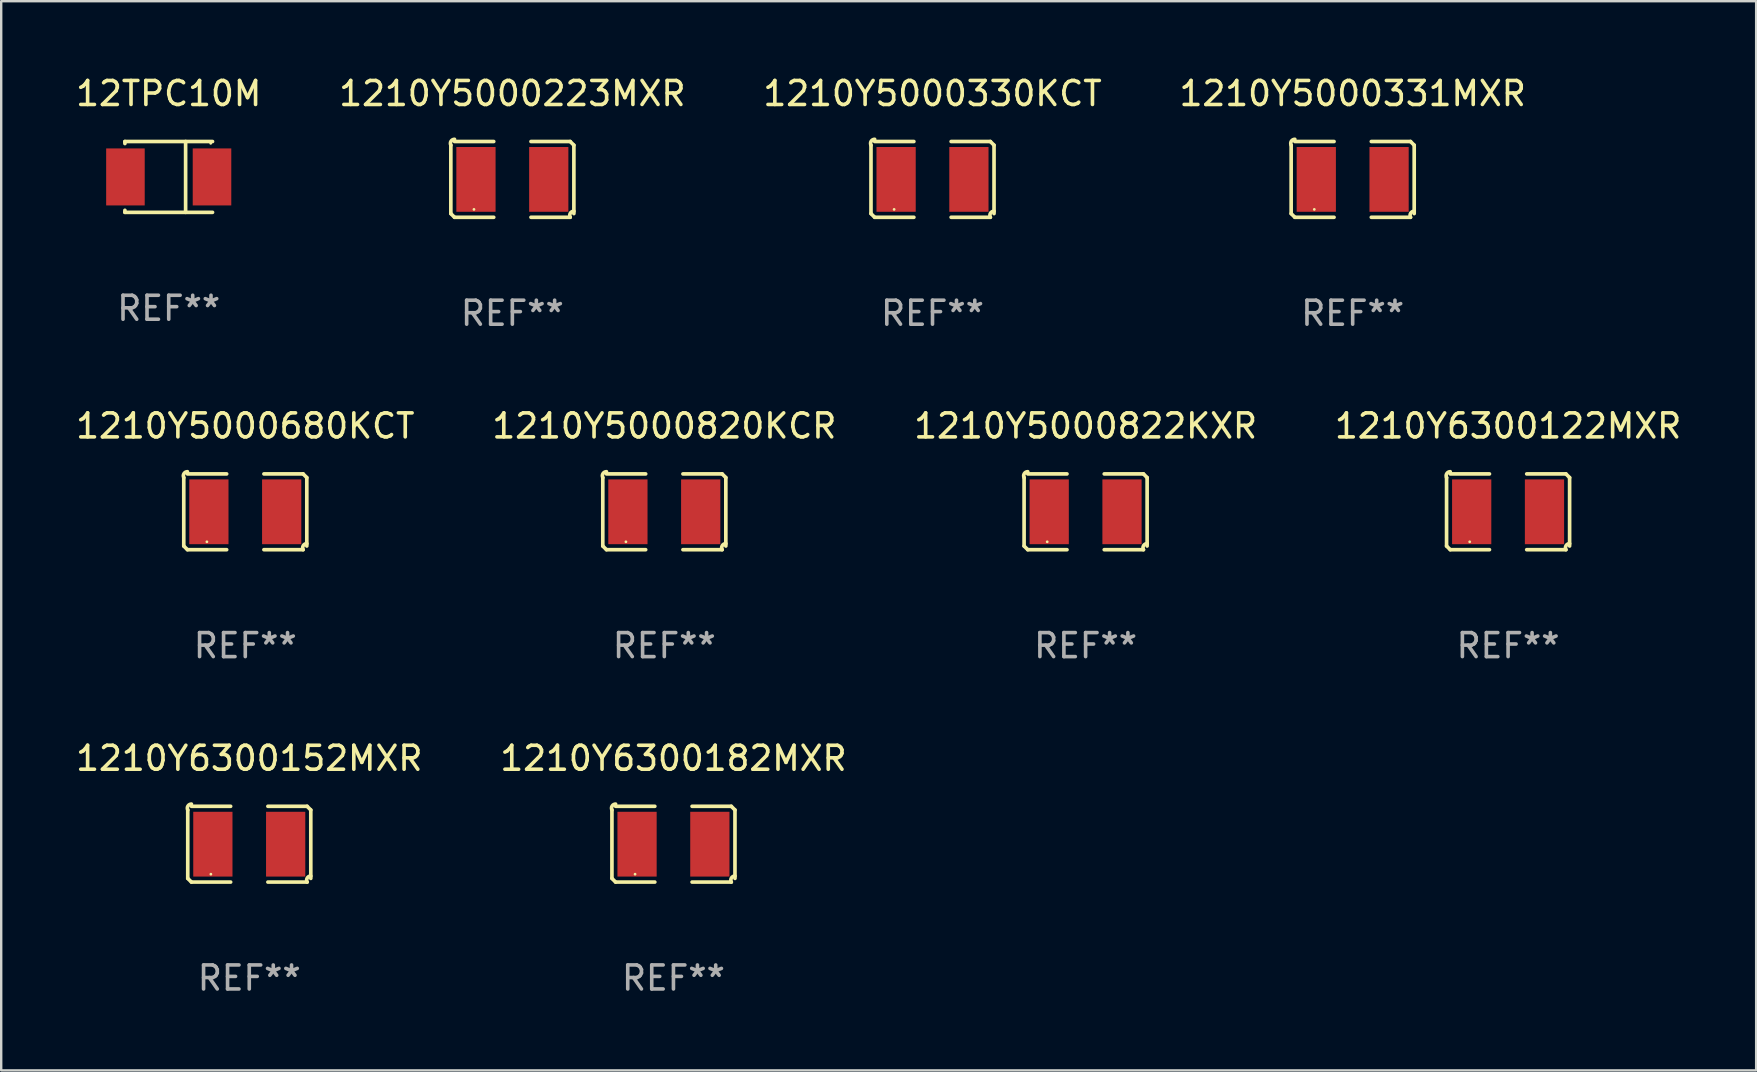
<source format=kicad_pcb>
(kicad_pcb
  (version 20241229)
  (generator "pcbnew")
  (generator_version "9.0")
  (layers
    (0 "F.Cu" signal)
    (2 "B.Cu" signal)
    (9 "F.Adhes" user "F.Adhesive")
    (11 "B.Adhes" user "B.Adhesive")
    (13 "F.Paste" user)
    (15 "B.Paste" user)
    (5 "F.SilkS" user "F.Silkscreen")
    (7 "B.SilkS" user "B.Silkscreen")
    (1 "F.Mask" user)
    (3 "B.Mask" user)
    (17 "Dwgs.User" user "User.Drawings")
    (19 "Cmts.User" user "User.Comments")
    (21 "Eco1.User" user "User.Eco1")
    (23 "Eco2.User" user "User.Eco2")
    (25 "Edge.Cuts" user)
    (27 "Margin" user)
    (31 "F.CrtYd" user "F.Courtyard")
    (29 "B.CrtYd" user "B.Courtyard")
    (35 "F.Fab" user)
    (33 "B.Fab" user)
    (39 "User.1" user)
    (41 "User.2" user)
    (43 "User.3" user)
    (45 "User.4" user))
  (footprint "12TPC10M"
    (layer "F.Cu")
    (at 3.982 4.324)
    (property "Reference" "12TPC10M" (at 0 -3.476 0) (layer "F.SilkS") (effects (font (size 1 1) (thickness 0.15))))
    (attr through_hole)
    (fp_line (start -1.826 -1.476) (end -1.826 -1.391) (stroke (width 0.152) (type solid)) (layer "F.SilkS"))
    (fp_line (start -1.826 -1.476) (end 1.826 -1.476) (stroke (width 0.152) (type solid)) (layer "F.SilkS"))
    (fp_line (start -1.826 1.476) (end -1.826 1.391) (stroke (width 0.152) (type solid)) (layer "F.SilkS"))
    (fp_line (start -1.826 1.476) (end 1.826 1.476) (stroke (width 0.152) (type solid)) (layer "F.SilkS"))
    (fp_line (start 0.704 -1.476) (end 0.704 1.476) (stroke (width 0.152) (type solid)) (layer "F.SilkS"))
    (fp_circle (center 1.75 -1.4) (end 1.78 -1.4) (stroke (width 0.06) (type solid)) (fill no) (layer "F.SilkS"))
    (fp_text user "REF**" (at 0 5.476 0) (layer "F.Fab") (effects (font (size 1 1) (thickness 0.15))))
    (pad "1" smd rect (at 1.804 0) (size 1.607 2.376) (layers "F.Cu" "F.Mask" "F.Paste"))
    (pad "2" smd rect (at -1.804 0) (size 1.607 2.376) (layers "F.Cu" "F.Mask" "F.Paste")))
  (footprint "1210Y5000223MXR"
    (layer "F.Cu")
    (at 18.304 4.427)
    (property "Reference" "1210Y5000223MXR" (at 0 -3.579 0) (layer "F.SilkS") (effects (font (size 1 1) (thickness 0.15))))
    (attr through_hole)
    (fp_line (start -2.564 1.426) (end -2.564 -1.426) (stroke (width 0.152) (type solid)) (layer "F.SilkS"))
    (fp_line (start -2.411 -1.579) (end -0.776 -1.579) (stroke (width 0.152) (type solid)) (layer "F.SilkS"))
    (fp_line (start -0.776 1.579) (end -2.411 1.579) (stroke (width 0.152) (type solid)) (layer "F.SilkS"))
    (fp_line (start 0.776 1.579) (end 2.411 1.579) (stroke (width 0.152) (type solid)) (layer "F.SilkS"))
    (fp_line (start 2.411 -1.579) (end 0.776 -1.579) (stroke (width 0.152) (type solid)) (layer "F.SilkS"))
    (fp_line (start 2.564 1.426) (end 2.564 -1.426) (stroke (width 0.152) (type solid)) (layer "F.SilkS"))
    (fp_arc (start -2.563602 -1.426213) (mid -2.555597 -1.591233) (end -2.411201 -1.671518) (stroke (width 0.1524) (type solid)) (layer "F.SilkS"))
    (fp_arc (start -2.5636 1.426214) (mid -2.487389 1.502402) (end -2.411201 1.578613) (stroke (width 0.1524) (type solid)) (layer "F.SilkS"))
    (fp_arc (start 2.411197 -1.578618) (mid 2.487403 -1.502419) (end 2.563602 -1.426213) (stroke (width 0.1524) (type solid)) (layer "F.SilkS"))
    (fp_arc (start 2.411201 1.578613) (mid 2.416214 1.409455) (end 2.563602 1.32629) (stroke (width 0.1524) (type solid)) (layer "F.SilkS"))
    (fp_circle (center -1.6 1.25) (end -1.57 1.25) (stroke (width 0.06) (type solid)) (fill no) (layer "F.SilkS"))
    (fp_text user "REF**" (at 0 5.579 0) (layer "F.Fab") (effects (font (size 1 1) (thickness 0.15))))
    (pad "1" smd rect (at -1.517 0) (size 1.635 2.7) (layers "F.Cu" "F.Mask" "F.Paste"))
    (pad "2" smd rect (at 1.517 0) (size 1.635 2.7) (layers "F.Cu" "F.Mask" "F.Paste")))
  (footprint "1210Y5000820KCR"
    (layer "F.Cu")
    (at 24.637 18.281)
    (property "Reference" "1210Y5000820KCR" (at 0 -3.579 0) (layer "F.SilkS") (effects (font (size 1 1) (thickness 0.15))))
    (attr through_hole)
    (fp_line (start -2.564 1.426) (end -2.564 -1.426) (stroke (width 0.152) (type solid)) (layer "F.SilkS"))
    (fp_line (start -2.411 -1.579) (end -0.776 -1.579) (stroke (width 0.152) (type solid)) (layer "F.SilkS"))
    (fp_line (start -0.776 1.579) (end -2.411 1.579) (stroke (width 0.152) (type solid)) (layer "F.SilkS"))
    (fp_line (start 0.776 1.579) (end 2.411 1.579) (stroke (width 0.152) (type solid)) (layer "F.SilkS"))
    (fp_line (start 2.411 -1.579) (end 0.776 -1.579) (stroke (width 0.152) (type solid)) (layer "F.SilkS"))
    (fp_line (start 2.564 1.426) (end 2.564 -1.426) (stroke (width 0.152) (type solid)) (layer "F.SilkS"))
    (fp_arc (start -2.563602 -1.426213) (mid -2.555597 -1.591233) (end -2.411201 -1.671518) (stroke (width 0.1524) (type solid)) (layer "F.SilkS"))
    (fp_arc (start -2.5636 1.426214) (mid -2.487389 1.502402) (end -2.411201 1.578613) (stroke (width 0.1524) (type solid)) (layer "F.SilkS"))
    (fp_arc (start 2.411197 -1.578618) (mid 2.487403 -1.502419) (end 2.563602 -1.426213) (stroke (width 0.1524) (type solid)) (layer "F.SilkS"))
    (fp_arc (start 2.411201 1.578613) (mid 2.416214 1.409455) (end 2.563602 1.32629) (stroke (width 0.1524) (type solid)) (layer "F.SilkS"))
    (fp_circle (center -1.6 1.25) (end -1.57 1.25) (stroke (width 0.06) (type solid)) (fill no) (layer "F.SilkS"))
    (fp_text user "REF**" (at 0 5.579 0) (layer "F.Fab") (effects (font (size 1 1) (thickness 0.15))))
    (pad "1" smd rect (at -1.517 0) (size 1.635 2.7) (layers "F.Cu" "F.Mask" "F.Paste"))
    (pad "2" smd rect (at 1.517 0) (size 1.635 2.7) (layers "F.Cu" "F.Mask" "F.Paste")))
  (footprint "1210Y5000330KCT"
    (layer "F.Cu")
    (at 35.815 4.427)
    (property "Reference" "1210Y5000330KCT" (at 0 -3.579 0) (layer "F.SilkS") (effects (font (size 1 1) (thickness 0.15))))
    (attr through_hole)
    (fp_line (start -2.564 1.426) (end -2.564 -1.426) (stroke (width 0.152) (type solid)) (layer "F.SilkS"))
    (fp_line (start -2.411 -1.579) (end -0.776 -1.579) (stroke (width 0.152) (type solid)) (layer "F.SilkS"))
    (fp_line (start -0.776 1.579) (end -2.411 1.579) (stroke (width 0.152) (type solid)) (layer "F.SilkS"))
    (fp_line (start 0.776 1.579) (end 2.411 1.579) (stroke (width 0.152) (type solid)) (layer "F.SilkS"))
    (fp_line (start 2.411 -1.579) (end 0.776 -1.579) (stroke (width 0.152) (type solid)) (layer "F.SilkS"))
    (fp_line (start 2.564 1.426) (end 2.564 -1.426) (stroke (width 0.152) (type solid)) (layer "F.SilkS"))
    (fp_arc (start -2.563602 -1.426213) (mid -2.555597 -1.591233) (end -2.411201 -1.671518) (stroke (width 0.1524) (type solid)) (layer "F.SilkS"))
    (fp_arc (start -2.5636 1.426214) (mid -2.487389 1.502402) (end -2.411201 1.578613) (stroke (width 0.1524) (type solid)) (layer "F.SilkS"))
    (fp_arc (start 2.411197 -1.578618) (mid 2.487403 -1.502419) (end 2.563602 -1.426213) (stroke (width 0.1524) (type solid)) (layer "F.SilkS"))
    (fp_arc (start 2.411201 1.578613) (mid 2.416214 1.409455) (end 2.563602 1.32629) (stroke (width 0.1524) (type solid)) (layer "F.SilkS"))
    (fp_circle (center -1.6 1.25) (end -1.57 1.25) (stroke (width 0.06) (type solid)) (fill no) (layer "F.SilkS"))
    (fp_text user "REF**" (at 0 5.579 0) (layer "F.Fab") (effects (font (size 1 1) (thickness 0.15))))
    (pad "1" smd rect (at -1.517 0) (size 1.635 2.7) (layers "F.Cu" "F.Mask" "F.Paste"))
    (pad "2" smd rect (at 1.517 0) (size 1.635 2.7) (layers "F.Cu" "F.Mask" "F.Paste")))
  (footprint "1210Y5000680KCT"
    (layer "F.Cu")
    (at 7.173 18.281)
    (property "Reference" "1210Y5000680KCT" (at 0 -3.579 0) (layer "F.SilkS") (effects (font (size 1 1) (thickness 0.15))))
    (attr through_hole)
    (fp_line (start -2.564 1.426) (end -2.564 -1.426) (stroke (width 0.152) (type solid)) (layer "F.SilkS"))
    (fp_line (start -2.411 -1.579) (end -0.776 -1.579) (stroke (width 0.152) (type solid)) (layer "F.SilkS"))
    (fp_line (start -0.776 1.579) (end -2.411 1.579) (stroke (width 0.152) (type solid)) (layer "F.SilkS"))
    (fp_line (start 0.776 1.579) (end 2.411 1.579) (stroke (width 0.152) (type solid)) (layer "F.SilkS"))
    (fp_line (start 2.411 -1.579) (end 0.776 -1.579) (stroke (width 0.152) (type solid)) (layer "F.SilkS"))
    (fp_line (start 2.564 1.426) (end 2.564 -1.426) (stroke (width 0.152) (type solid)) (layer "F.SilkS"))
    (fp_arc (start -2.563602 -1.426213) (mid -2.555597 -1.591233) (end -2.411201 -1.671518) (stroke (width 0.1524) (type solid)) (layer "F.SilkS"))
    (fp_arc (start -2.5636 1.426214) (mid -2.487389 1.502402) (end -2.411201 1.578613) (stroke (width 0.1524) (type solid)) (layer "F.SilkS"))
    (fp_arc (start 2.411197 -1.578618) (mid 2.487403 -1.502419) (end 2.563602 -1.426213) (stroke (width 0.1524) (type solid)) (layer "F.SilkS"))
    (fp_arc (start 2.411201 1.578613) (mid 2.416214 1.409455) (end 2.563602 1.32629) (stroke (width 0.1524) (type solid)) (layer "F.SilkS"))
    (fp_circle (center -1.6 1.25) (end -1.57 1.25) (stroke (width 0.06) (type solid)) (fill no) (layer "F.SilkS"))
    (fp_text user "REF**" (at 0 5.579 0) (layer "F.Fab") (effects (font (size 1 1) (thickness 0.15))))
    (pad "1" smd rect (at -1.517 0) (size 1.635 2.7) (layers "F.Cu" "F.Mask" "F.Paste"))
    (pad "2" smd rect (at 1.517 0) (size 1.635 2.7) (layers "F.Cu" "F.Mask" "F.Paste")))
  (footprint "1210Y6300152MXR"
    (layer "F.Cu")
    (at 7.339 32.134)
    (property "Reference" "1210Y6300152MXR" (at 0 -3.579 0) (layer "F.SilkS") (effects (font (size 1 1) (thickness 0.15))))
    (attr through_hole)
    (fp_line (start -2.564 1.426) (end -2.564 -1.426) (stroke (width 0.152) (type solid)) (layer "F.SilkS"))
    (fp_line (start -2.411 -1.579) (end -0.776 -1.579) (stroke (width 0.152) (type solid)) (layer "F.SilkS"))
    (fp_line (start -0.776 1.579) (end -2.411 1.579) (stroke (width 0.152) (type solid)) (layer "F.SilkS"))
    (fp_line (start 0.776 1.579) (end 2.411 1.579) (stroke (width 0.152) (type solid)) (layer "F.SilkS"))
    (fp_line (start 2.411 -1.579) (end 0.776 -1.579) (stroke (width 0.152) (type solid)) (layer "F.SilkS"))
    (fp_line (start 2.564 1.426) (end 2.564 -1.426) (stroke (width 0.152) (type solid)) (layer "F.SilkS"))
    (fp_arc (start -2.563602 -1.426213) (mid -2.555597 -1.591233) (end -2.411201 -1.671518) (stroke (width 0.1524) (type solid)) (layer "F.SilkS"))
    (fp_arc (start -2.5636 1.426214) (mid -2.487389 1.502402) (end -2.411201 1.578613) (stroke (width 0.1524) (type solid)) (layer "F.SilkS"))
    (fp_arc (start 2.411197 -1.578618) (mid 2.487403 -1.502419) (end 2.563602 -1.426213) (stroke (width 0.1524) (type solid)) (layer "F.SilkS"))
    (fp_arc (start 2.411201 1.578613) (mid 2.416214 1.409455) (end 2.563602 1.32629) (stroke (width 0.1524) (type solid)) (layer "F.SilkS"))
    (fp_circle (center -1.6 1.25) (end -1.57 1.25) (stroke (width 0.06) (type solid)) (fill no) (layer "F.SilkS"))
    (fp_text user "REF**" (at 0 5.579 0) (layer "F.Fab") (effects (font (size 1 1) (thickness 0.15))))
    (pad "1" smd rect (at -1.517 0) (size 1.635 2.7) (layers "F.Cu" "F.Mask" "F.Paste"))
    (pad "2" smd rect (at 1.517 0) (size 1.635 2.7) (layers "F.Cu" "F.Mask" "F.Paste")))
  (footprint "1210Y6300182MXR"
    (layer "F.Cu")
    (at 25.018 32.134)
    (property "Reference" "1210Y6300182MXR" (at 0 -3.579 0) (layer "F.SilkS") (effects (font (size 1 1) (thickness 0.15))))
    (attr through_hole)
    (fp_line (start -2.564 1.426) (end -2.564 -1.426) (stroke (width 0.152) (type solid)) (layer "F.SilkS"))
    (fp_line (start -2.411 -1.579) (end -0.776 -1.579) (stroke (width 0.152) (type solid)) (layer "F.SilkS"))
    (fp_line (start -0.776 1.579) (end -2.411 1.579) (stroke (width 0.152) (type solid)) (layer "F.SilkS"))
    (fp_line (start 0.776 1.579) (end 2.411 1.579) (stroke (width 0.152) (type solid)) (layer "F.SilkS"))
    (fp_line (start 2.411 -1.579) (end 0.776 -1.579) (stroke (width 0.152) (type solid)) (layer "F.SilkS"))
    (fp_line (start 2.564 1.426) (end 2.564 -1.426) (stroke (width 0.152) (type solid)) (layer "F.SilkS"))
    (fp_arc (start -2.563602 -1.426213) (mid -2.555597 -1.591233) (end -2.411201 -1.671518) (stroke (width 0.1524) (type solid)) (layer "F.SilkS"))
    (fp_arc (start -2.5636 1.426214) (mid -2.487389 1.502402) (end -2.411201 1.578613) (stroke (width 0.1524) (type solid)) (layer "F.SilkS"))
    (fp_arc (start 2.411197 -1.578618) (mid 2.487403 -1.502419) (end 2.563602 -1.426213) (stroke (width 0.1524) (type solid)) (layer "F.SilkS"))
    (fp_arc (start 2.411201 1.578613) (mid 2.416214 1.409455) (end 2.563602 1.32629) (stroke (width 0.1524) (type solid)) (layer "F.SilkS"))
    (fp_circle (center -1.6 1.25) (end -1.57 1.25) (stroke (width 0.06) (type solid)) (fill no) (layer "F.SilkS"))
    (fp_text user "REF**" (at 0 5.579 0) (layer "F.Fab") (effects (font (size 1 1) (thickness 0.15))))
    (pad "1" smd rect (at -1.517 0) (size 1.635 2.7) (layers "F.Cu" "F.Mask" "F.Paste"))
    (pad "2" smd rect (at 1.517 0) (size 1.635 2.7) (layers "F.Cu" "F.Mask" "F.Paste")))
  (footprint "1210Y5000822KXR"
    (layer "F.Cu")
    (at 42.196 18.281)
    (property "Reference" "1210Y5000822KXR" (at 0 -3.579 0) (layer "F.SilkS") (effects (font (size 1 1) (thickness 0.15))))
    (attr through_hole)
    (fp_line (start -2.564 1.426) (end -2.564 -1.426) (stroke (width 0.152) (type solid)) (layer "F.SilkS"))
    (fp_line (start -2.411 -1.579) (end -0.776 -1.579) (stroke (width 0.152) (type solid)) (layer "F.SilkS"))
    (fp_line (start -0.776 1.579) (end -2.411 1.579) (stroke (width 0.152) (type solid)) (layer "F.SilkS"))
    (fp_line (start 0.776 1.579) (end 2.411 1.579) (stroke (width 0.152) (type solid)) (layer "F.SilkS"))
    (fp_line (start 2.411 -1.579) (end 0.776 -1.579) (stroke (width 0.152) (type solid)) (layer "F.SilkS"))
    (fp_line (start 2.564 1.426) (end 2.564 -1.426) (stroke (width 0.152) (type solid)) (layer "F.SilkS"))
    (fp_arc (start -2.563602 -1.426213) (mid -2.555597 -1.591233) (end -2.411201 -1.671518) (stroke (width 0.1524) (type solid)) (layer "F.SilkS"))
    (fp_arc (start -2.5636 1.426214) (mid -2.487389 1.502402) (end -2.411201 1.578613) (stroke (width 0.1524) (type solid)) (layer "F.SilkS"))
    (fp_arc (start 2.411197 -1.578618) (mid 2.487403 -1.502419) (end 2.563602 -1.426213) (stroke (width 0.1524) (type solid)) (layer "F.SilkS"))
    (fp_arc (start 2.411201 1.578613) (mid 2.416214 1.409455) (end 2.563602 1.32629) (stroke (width 0.1524) (type solid)) (layer "F.SilkS"))
    (fp_circle (center -1.6 1.25) (end -1.57 1.25) (stroke (width 0.06) (type solid)) (fill no) (layer "F.SilkS"))
    (fp_text user "REF**" (at 0 5.579 0) (layer "F.Fab") (effects (font (size 1 1) (thickness 0.15))))
    (pad "1" smd rect (at -1.517 0) (size 1.635 2.7) (layers "F.Cu" "F.Mask" "F.Paste"))
    (pad "2" smd rect (at 1.517 0) (size 1.635 2.7) (layers "F.Cu" "F.Mask" "F.Paste")))
  (footprint "1210Y6300122MXR"
    (layer "F.Cu")
    (at 59.804 18.281)
    (property "Reference" "1210Y6300122MXR" (at 0 -3.579 0) (layer "F.SilkS") (effects (font (size 1 1) (thickness 0.15))))
    (attr through_hole)
    (fp_line (start -2.564 1.426) (end -2.564 -1.426) (stroke (width 0.152) (type solid)) (layer "F.SilkS"))
    (fp_line (start -2.411 -1.579) (end -0.776 -1.579) (stroke (width 0.152) (type solid)) (layer "F.SilkS"))
    (fp_line (start -0.776 1.579) (end -2.411 1.579) (stroke (width 0.152) (type solid)) (layer "F.SilkS"))
    (fp_line (start 0.776 1.579) (end 2.411 1.579) (stroke (width 0.152) (type solid)) (layer "F.SilkS"))
    (fp_line (start 2.411 -1.579) (end 0.776 -1.579) (stroke (width 0.152) (type solid)) (layer "F.SilkS"))
    (fp_line (start 2.564 1.426) (end 2.564 -1.426) (stroke (width 0.152) (type solid)) (layer "F.SilkS"))
    (fp_arc (start -2.563602 -1.426213) (mid -2.555597 -1.591233) (end -2.411201 -1.671518) (stroke (width 0.1524) (type solid)) (layer "F.SilkS"))
    (fp_arc (start -2.5636 1.426214) (mid -2.487389 1.502402) (end -2.411201 1.578613) (stroke (width 0.1524) (type solid)) (layer "F.SilkS"))
    (fp_arc (start 2.411197 -1.578618) (mid 2.487403 -1.502419) (end 2.563602 -1.426213) (stroke (width 0.1524) (type solid)) (layer "F.SilkS"))
    (fp_arc (start 2.411201 1.578613) (mid 2.416214 1.409455) (end 2.563602 1.32629) (stroke (width 0.1524) (type solid)) (layer "F.SilkS"))
    (fp_circle (center -1.6 1.25) (end -1.57 1.25) (stroke (width 0.06) (type solid)) (fill no) (layer "F.SilkS"))
    (fp_text user "REF**" (at 0 5.579 0) (layer "F.Fab") (effects (font (size 1 1) (thickness 0.15))))
    (pad "1" smd rect (at -1.517 0) (size 1.635 2.7) (layers "F.Cu" "F.Mask" "F.Paste"))
    (pad "2" smd rect (at 1.517 0) (size 1.635 2.7) (layers "F.Cu" "F.Mask" "F.Paste")))
  (footprint "1210Y5000331MXR"
    (layer "F.Cu")
    (at 53.327 4.427)
    (property "Reference" "1210Y5000331MXR" (at 0 -3.579 0) (layer "F.SilkS") (effects (font (size 1 1) (thickness 0.15))))
    (attr through_hole)
    (fp_line (start -2.564 1.426) (end -2.564 -1.426) (stroke (width 0.152) (type solid)) (layer "F.SilkS"))
    (fp_line (start -2.411 -1.579) (end -0.776 -1.579) (stroke (width 0.152) (type solid)) (layer "F.SilkS"))
    (fp_line (start -0.776 1.579) (end -2.411 1.579) (stroke (width 0.152) (type solid)) (layer "F.SilkS"))
    (fp_line (start 0.776 1.579) (end 2.411 1.579) (stroke (width 0.152) (type solid)) (layer "F.SilkS"))
    (fp_line (start 2.411 -1.579) (end 0.776 -1.579) (stroke (width 0.152) (type solid)) (layer "F.SilkS"))
    (fp_line (start 2.564 1.426) (end 2.564 -1.426) (stroke (width 0.152) (type solid)) (layer "F.SilkS"))
    (fp_arc (start -2.563602 -1.426213) (mid -2.555597 -1.591233) (end -2.411201 -1.671518) (stroke (width 0.1524) (type solid)) (layer "F.SilkS"))
    (fp_arc (start -2.5636 1.426214) (mid -2.487389 1.502402) (end -2.411201 1.578613) (stroke (width 0.1524) (type solid)) (layer "F.SilkS"))
    (fp_arc (start 2.411197 -1.578618) (mid 2.487403 -1.502419) (end 2.563602 -1.426213) (stroke (width 0.1524) (type solid)) (layer "F.SilkS"))
    (fp_arc (start 2.411201 1.578613) (mid 2.416214 1.409455) (end 2.563602 1.32629) (stroke (width 0.1524) (type solid)) (layer "F.SilkS"))
    (fp_circle (center -1.6 1.25) (end -1.57 1.25) (stroke (width 0.06) (type solid)) (fill no) (layer "F.SilkS"))
    (fp_text user "REF**" (at 0 5.579 0) (layer "F.Fab") (effects (font (size 1 1) (thickness 0.15))))
    (pad "1" smd rect (at -1.517 0) (size 1.635 2.7) (layers "F.Cu" "F.Mask" "F.Paste"))
    (pad "2" smd rect (at 1.517 0) (size 1.635 2.7) (layers "F.Cu" "F.Mask" "F.Paste")))
  (gr_rect
    (start -3 -3)
    (end 70.143 41.561)
    (stroke (width 0.1) (type default))
    (fill no)
    (layer "Edge.Cuts")))
</source>
